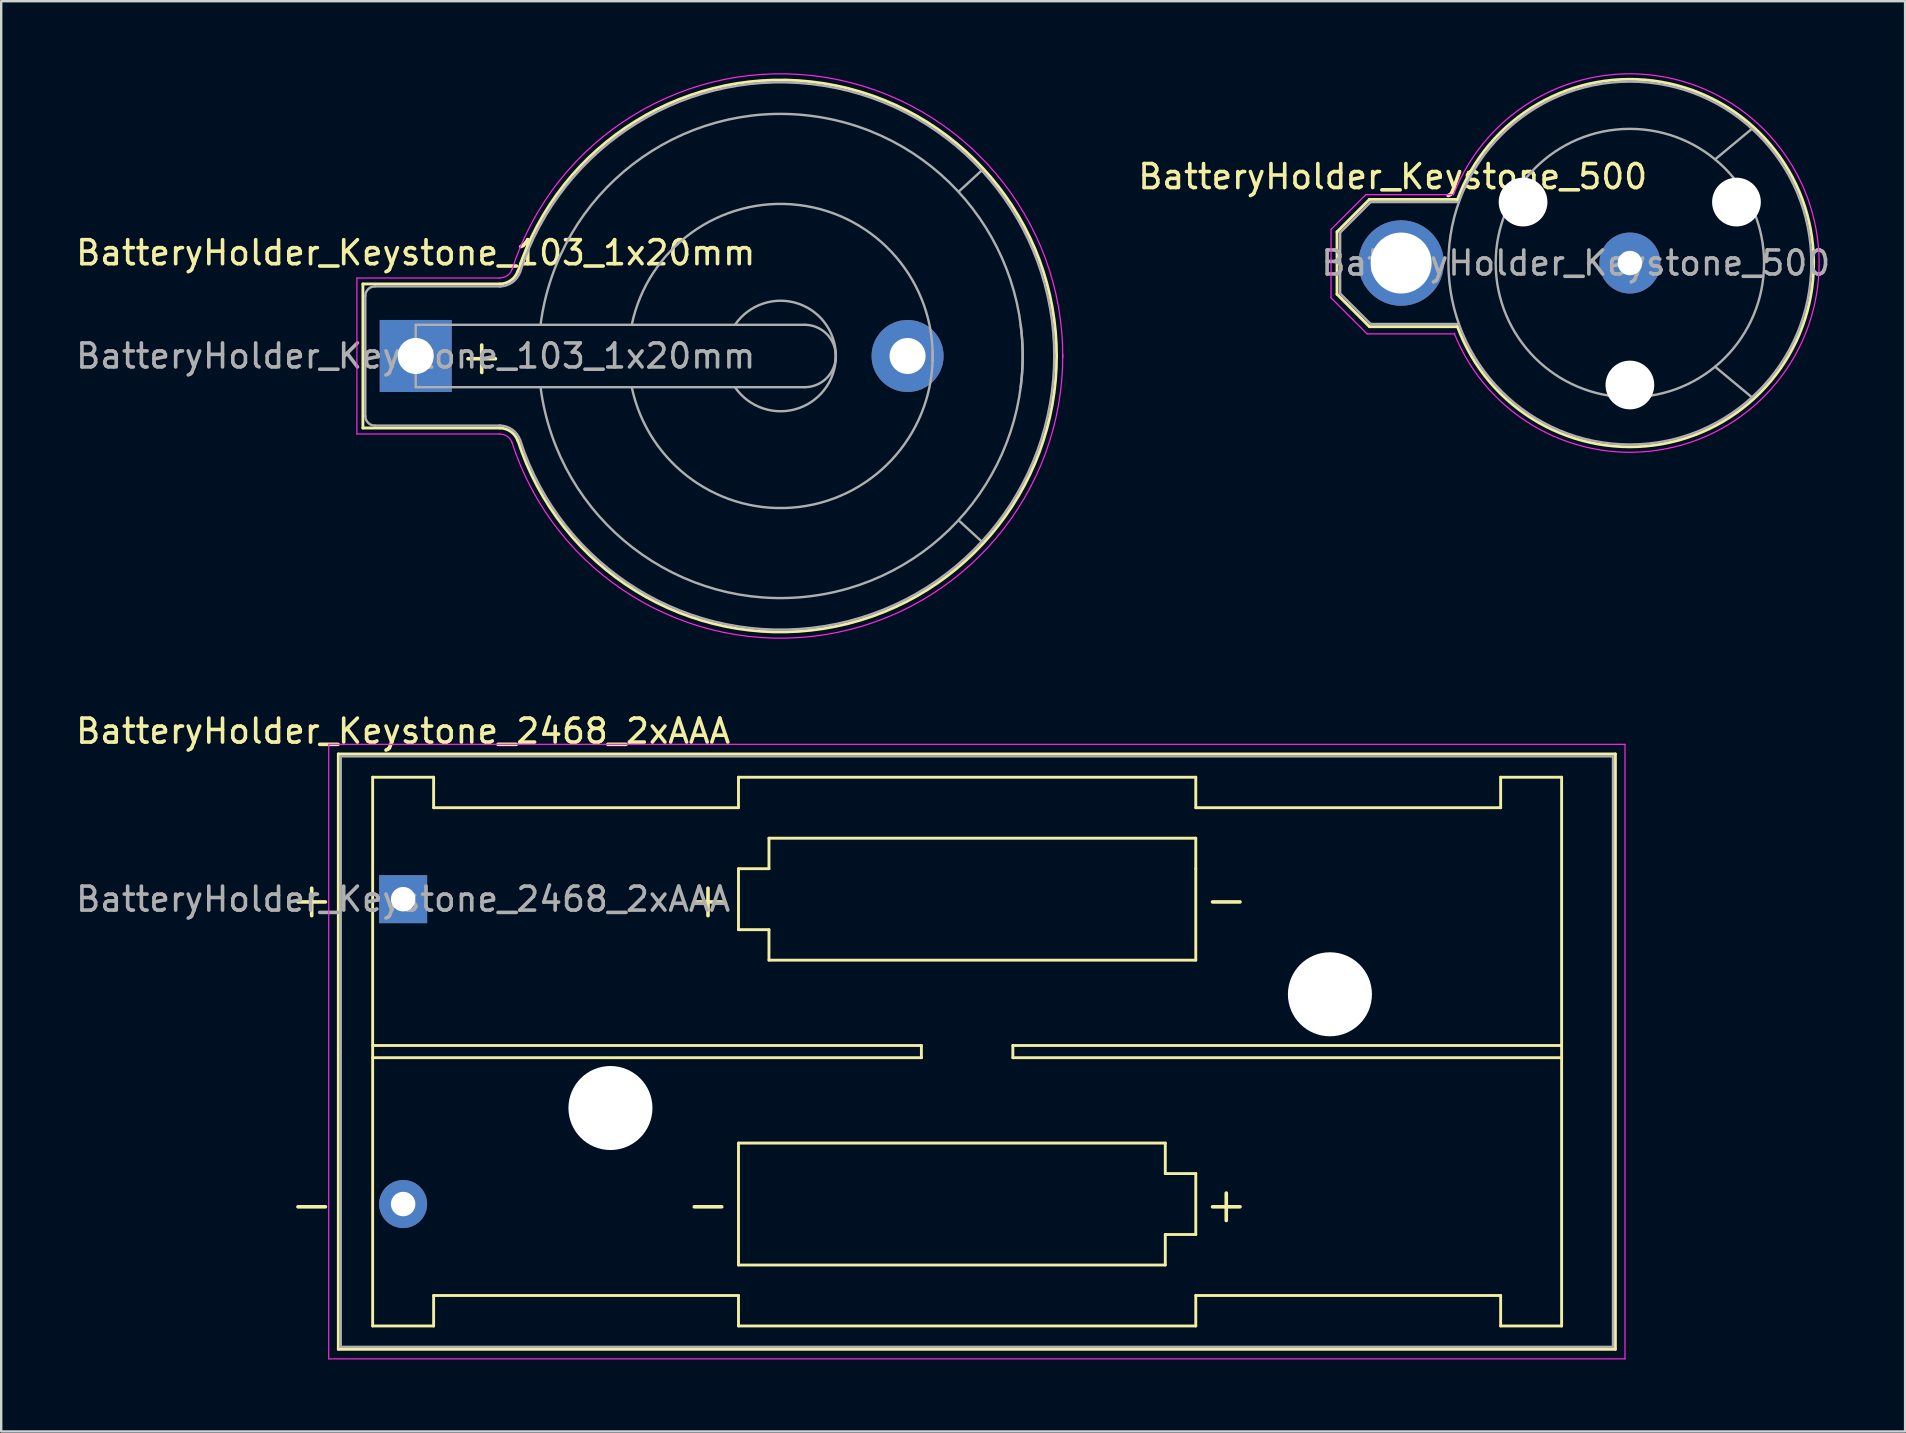
<source format=kicad_pcb>
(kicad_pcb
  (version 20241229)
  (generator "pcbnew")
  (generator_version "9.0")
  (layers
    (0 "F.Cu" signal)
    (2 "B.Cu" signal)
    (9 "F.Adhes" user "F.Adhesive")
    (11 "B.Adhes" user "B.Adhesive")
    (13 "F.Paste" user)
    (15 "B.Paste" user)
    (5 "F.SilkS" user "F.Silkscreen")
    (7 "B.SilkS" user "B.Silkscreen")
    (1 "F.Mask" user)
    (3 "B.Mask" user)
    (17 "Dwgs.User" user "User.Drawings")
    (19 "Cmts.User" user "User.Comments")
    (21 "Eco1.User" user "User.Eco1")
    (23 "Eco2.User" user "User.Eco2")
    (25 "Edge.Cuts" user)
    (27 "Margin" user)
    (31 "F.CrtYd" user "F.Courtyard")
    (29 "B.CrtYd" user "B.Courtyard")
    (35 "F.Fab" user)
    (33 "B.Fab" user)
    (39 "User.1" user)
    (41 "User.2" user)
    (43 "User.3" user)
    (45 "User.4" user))
  (footprint "BatteryHolder_Keystone_500"
    (layer "F.Cu")
    (at 55.318 7.908)
    (property "Reference" "BatteryHolder_Keystone_500" (at -0.35 -3.6 0) (layer "F.SilkS") (effects (font (size 1 1) (thickness 0.15))))
    (attr through_hole)
    (fp_line (start -2.67 -1.3) (end -1.32 -2.65) (stroke (width 0.12) (type solid)) (layer "F.SilkS"))
    (fp_line (start -2.67 1.3) (end -2.67 -1.3) (stroke (width 0.12) (type solid)) (layer "F.SilkS"))
    (fp_line (start -1.32 -2.65) (end 2.33 -2.65) (stroke (width 0.12) (type solid)) (layer "F.SilkS"))
    (fp_line (start -1.32 2.65) (end -2.67 1.3) (stroke (width 0.12) (type solid)) (layer "F.SilkS"))
    (fp_line (start 2.33 2.65) (end -1.32 2.65) (stroke (width 0.12) (type solid)) (layer "F.SilkS"))
    (fp_arc (start 2.33 -2.6) (mid 17.185039 -0.019344) (end 2.343232 2.636355) (stroke (width 0.12) (type solid)) (layer "F.SilkS"))
    (fp_line (start -2.92 -1.4) (end -1.47 -2.85) (stroke (width 0.05) (type solid)) (layer "F.CrtYd"))
    (fp_line (start -2.92 1.45) (end -2.92 -1.4) (stroke (width 0.05) (type solid)) (layer "F.CrtYd"))
    (fp_line (start -1.47 -2.85) (end 2.18 -2.85) (stroke (width 0.05) (type solid)) (layer "F.CrtYd"))
    (fp_line (start -1.42 2.95) (end -2.92 1.45) (stroke (width 0.05) (type solid)) (layer "F.CrtYd"))
    (fp_line (start 2.23 2.95) (end -1.42 2.95) (stroke (width 0.05) (type solid)) (layer "F.CrtYd"))
    (fp_arc (start 2.18 -2.85) (mid 17.413098 -0.042094) (end 2.210855 2.92833) (stroke (width 0.05) (type solid)) (layer "F.CrtYd"))
    (fp_line (start -2.54 -1.27) (end -1.27 -2.54) (stroke (width 0.1) (type solid)) (layer "F.Fab"))
    (fp_line (start -2.54 1.27) (end -2.54 -1.27) (stroke (width 0.1) (type solid)) (layer "F.Fab"))
    (fp_line (start -1.27 -2.54) (end 2.41 -2.54) (stroke (width 0.1) (type solid)) (layer "F.Fab"))
    (fp_line (start -1.27 2.54) (end -2.54 1.27) (stroke (width 0.1) (type solid)) (layer "F.Fab"))
    (fp_line (start -1.27 2.54) (end 2.41 2.54) (stroke (width 0.1) (type solid)) (layer "F.Fab"))
    (fp_line (start 13.08 -4.32) (end 14.61 -5.59) (stroke (width 0.1) (type solid)) (layer "F.Fab"))
    (fp_line (start 13.08 4.32) (end 14.61 5.59) (stroke (width 0.1) (type solid)) (layer "F.Fab"))
    (fp_circle (center 9.53 0) (end 2.41 2.54) (stroke (width 0.1) (type solid)) (fill no) (layer "F.Fab"))
    (fp_circle (center 9.53 0) (end 3.94 0) (stroke (width 0.1) (type solid)) (fill no) (layer "F.Fab"))
    (fp_text user "${REFERENCE}" (at 7.275 0 0) (layer "F.Fab") (effects (font (size 1 1) (thickness 0.15))))
    (pad "" np_thru_hole circle (at 5.08 -2.54) (size 2.03 2.03) (drill 2.03) (layers "*.Cu" "*.Mask"))
    (pad "" np_thru_hole circle (at 9.53 5.08) (size 2.03 2.03) (drill 2.03) (layers "*.Cu" "*.Mask"))
    (pad "" np_thru_hole circle (at 13.97 -2.54) (size 2.03 2.03) (drill 2.03) (layers "*.Cu" "*.Mask"))
    (pad "1" thru_hole circle (at 0 0) (size 3.56 3.56) (drill 2.54) (layers "*.Cu" "*.Mask"))
    (pad "2" thru_hole circle (at 9.53 0) (size 2.54 2.54) (drill 1.02) (layers "*.Cu" "*.Mask")))
  (footprint "BatteryHolder_Keystone_103_1x20mm"
    (layer "F.Cu")
    (at 14.268 11.78)
    (property "Reference" "BatteryHolder_Keystone_103_1x20mm" (at 0 -4.3 0) (layer "F.SilkS") (effects (font (size 1 1) (thickness 0.15))))
    (attr through_hole)
    (fp_line (start -2.2 -3) (end 3.5 -3) (stroke (width 0.12) (type solid)) (layer "F.SilkS"))
    (fp_line (start -2.2 3) (end -2.2 -3) (stroke (width 0.12) (type solid)) (layer "F.SilkS"))
    (fp_line (start -2.2 3) (end 3.5 3) (stroke (width 0.12) (type solid)) (layer "F.SilkS"))
    (fp_arc (start 3.5 3) (mid 3.958861 3.144678) (end 4.251754 3.526384) (stroke (width 0.12) (type solid)) (layer "F.SilkS"))
    (fp_arc (start 4.25 -3.5) (mid 16.993514 -11.35499) (end 26.695671 0.045281) (stroke (width 0.12) (type solid)) (layer "F.SilkS"))
    (fp_arc (start 4.251754 -3.526384) (mid 3.958861 -3.144678) (end 3.5 -3) (stroke (width 0.12) (type solid)) (layer "F.SilkS"))
    (fp_arc (start 26.695671 -0.045281) (mid 16.993514 11.35499) (end 4.25 3.5) (stroke (width 0.12) (type solid)) (layer "F.SilkS"))
    (fp_line (start -2.45 -3.25) (end 3.5 -3.25) (stroke (width 0.05) (type solid)) (layer "F.CrtYd"))
    (fp_line (start -2.45 3.25) (end -2.45 -3.25) (stroke (width 0.05) (type solid)) (layer "F.CrtYd"))
    (fp_line (start -2.45 3.25) (end 3.5 3.25) (stroke (width 0.05) (type solid)) (layer "F.CrtYd"))
    (fp_arc (start 3.5 3.25) (mid 3.815467 3.349466) (end 4.016831 3.611889) (stroke (width 0.05) (type solid)) (layer "F.CrtYd"))
    (fp_arc (start 4.01 -3.6) (mid 17.055841 -11.60741) (end 26.954634 0.068483) (stroke (width 0.05) (type solid)) (layer "F.CrtYd"))
    (fp_arc (start 4.016831 -3.611889) (mid 3.815467 -3.349466) (end 3.5 -3.25) (stroke (width 0.05) (type solid)) (layer "F.CrtYd"))
    (fp_arc (start 26.954634 -0.068483) (mid 17.055841 11.60741) (end 4.01 3.6) (stroke (width 0.05) (type solid)) (layer "F.CrtYd"))
    (fp_line (start -2.1 -2.5) (end -2.1 2.5) (stroke (width 0.1) (type solid)) (layer "F.Fab"))
    (fp_line (start -1.7 2.9) (end 3.531 2.9) (stroke (width 0.1) (type solid)) (layer "F.Fab"))
    (fp_line (start 0 -1.3) (end 0 1.3) (stroke (width 0.1) (type solid)) (layer "F.Fab"))
    (fp_line (start 0 1.3) (end 16.2 1.3) (stroke (width 0.1) (type solid)) (layer "F.Fab"))
    (fp_line (start 3.531 -2.9) (end -1.7 -2.9) (stroke (width 0.1) (type solid)) (layer "F.Fab"))
    (fp_line (start 16.2 -1.3) (end 0 -1.3) (stroke (width 0.1) (type solid)) (layer "F.Fab"))
    (fp_line (start 23.571 -7.722) (end 22.631 -6.858) (stroke (width 0.1) (type solid)) (layer "F.Fab"))
    (fp_line (start 23.571 7.722) (end 22.657 6.883) (stroke (width 0.1) (type solid)) (layer "F.Fab"))
    (fp_arc (start -2.1 -2.5) (mid -1.982843 -2.782843) (end -1.7 -2.9) (stroke (width 0.1) (type solid)) (layer "F.Fab"))
    (fp_arc (start -1.7 2.9) (mid -1.982843 2.782843) (end -2.1 2.5) (stroke (width 0.1) (type solid)) (layer "F.Fab"))
    (fp_arc (start 3.5 2.9) (mid 4.016219 3.062763) (end 4.345723 3.492182) (stroke (width 0.1) (type solid)) (layer "F.Fab"))
    (fp_arc (start 4.345723 -3.492182) (mid 4.016219 -3.062763) (end 3.5 -2.9) (stroke (width 0.1) (type solid)) (layer "F.Fab"))
    (fp_arc (start 4.35 -3.5) (mid 17.008726 -11.256154) (end 26.600299 0.075351) (stroke (width 0.1) (type solid)) (layer "F.Fab"))
    (fp_arc (start 5.2 -1.3) (mid 16.5 -10) (end 25.2 1.3) (stroke (width 0.1) (type solid)) (layer "F.Fab"))
    (fp_arc (start 9 -1.3) (mid 15.954687 -6.28971) (end 21.531551 0.203631) (stroke (width 0.1) (type solid)) (layer "F.Fab"))
    (fp_arc (start 13.3 -1.3) (mid 15.963947 -2.171724) (end 17.495448 0.175833) (stroke (width 0.1) (type solid)) (layer "F.Fab"))
    (fp_arc (start 16.2 -1.3) (mid 17.5 0) (end 16.2 1.3) (stroke (width 0.1) (type solid)) (layer "F.Fab"))
    (fp_arc (start 17.495448 -0.175833) (mid 15.963947 2.171724) (end 13.3 1.3) (stroke (width 0.1) (type solid)) (layer "F.Fab"))
    (fp_arc (start 21.531551 -0.203631) (mid 15.954687 6.28971) (end 9 1.3) (stroke (width 0.1) (type solid)) (layer "F.Fab"))
    (fp_arc (start 25.2 -1.3) (mid 16.5 10) (end 5.2 1.3) (stroke (width 0.1) (type solid)) (layer "F.Fab"))
    (fp_arc (start 26.600299 -0.075351) (mid 17.008726 11.256154) (end 4.35 3.5) (stroke (width 0.1) (type solid)) (layer "F.Fab"))
    (fp_text user "+" (at 2.75 0 0) (layer "F.SilkS") (effects (font (size 1.5 1.5) (thickness 0.15))))
    (fp_text user "${REFERENCE}" (at 0 0 0) (layer "F.Fab") (effects (font (size 1 1) (thickness 0.15))))
    (pad "1" thru_hole rect (at 0 0) (size 3 3) (drill 1.5) (layers "*.Cu" "*.Mask"))
    (pad "2" thru_hole circle (at 20.49 0) (size 3 3) (drill 1.5) (layers "*.Cu" "*.Mask")))
  (footprint "BatteryHolder_Keystone_2468_2xAAA"
    (layer "F.Cu")
    (at 13.744 34.408)
    (property "Reference" "BatteryHolder_Keystone_2468_2xAAA" (at 0 -7 180) (layer "F.SilkS") (effects (font (size 1 1) (thickness 0.15))))
    (attr through_hole)
    (fp_line (start -2.7 -6.05) (end -2.7 18.75) (stroke (width 0.12) (type solid)) (layer "F.SilkS"))
    (fp_line (start -2.7 18.75) (end 50.5 18.75) (stroke (width 0.12) (type solid)) (layer "F.SilkS"))
    (fp_line (start -1.27 -5.08) (end -1.27 17.78) (stroke (width 0.12) (type solid)) (layer "F.SilkS"))
    (fp_line (start -1.27 6.096) (end 21.59 6.096) (stroke (width 0.12) (type solid)) (layer "F.SilkS"))
    (fp_line (start -1.27 17.78) (end 1.27 17.78) (stroke (width 0.12) (type solid)) (layer "F.SilkS"))
    (fp_line (start 1.27 -5.08) (end -1.27 -5.08) (stroke (width 0.12) (type solid)) (layer "F.SilkS"))
    (fp_line (start 1.27 -3.81) (end 1.27 -5.08) (stroke (width 0.12) (type solid)) (layer "F.SilkS"))
    (fp_line (start 1.27 -3.81) (end 13.97 -3.81) (stroke (width 0.12) (type solid)) (layer "F.SilkS"))
    (fp_line (start 1.27 16.51) (end 13.97 16.51) (stroke (width 0.12) (type solid)) (layer "F.SilkS"))
    (fp_line (start 1.27 17.78) (end 1.27 16.51) (stroke (width 0.12) (type solid)) (layer "F.SilkS"))
    (fp_line (start 13.97 -5.08) (end 13.97 -3.81) (stroke (width 0.12) (type solid)) (layer "F.SilkS"))
    (fp_line (start 13.97 -1.27) (end 15.24 -1.27) (stroke (width 0.12) (type solid)) (layer "F.SilkS"))
    (fp_line (start 13.97 1.27) (end 13.97 -1.27) (stroke (width 0.12) (type solid)) (layer "F.SilkS"))
    (fp_line (start 13.97 10.16) (end 31.75 10.16) (stroke (width 0.12) (type solid)) (layer "F.SilkS"))
    (fp_line (start 13.97 15.24) (end 13.97 10.16) (stroke (width 0.12) (type solid)) (layer "F.SilkS"))
    (fp_line (start 13.97 16.51) (end 13.97 17.78) (stroke (width 0.12) (type solid)) (layer "F.SilkS"))
    (fp_line (start 13.97 17.78) (end 33.02 17.78) (stroke (width 0.12) (type solid)) (layer "F.SilkS"))
    (fp_line (start 15.24 -2.54) (end 33.02 -2.54) (stroke (width 0.12) (type solid)) (layer "F.SilkS"))
    (fp_line (start 15.24 -1.27) (end 15.24 -2.54) (stroke (width 0.12) (type solid)) (layer "F.SilkS"))
    (fp_line (start 15.24 1.27) (end 13.97 1.27) (stroke (width 0.12) (type solid)) (layer "F.SilkS"))
    (fp_line (start 15.24 2.54) (end 15.24 1.27) (stroke (width 0.12) (type solid)) (layer "F.SilkS"))
    (fp_line (start 21.59 6.096) (end 21.59 6.604) (stroke (width 0.12) (type solid)) (layer "F.SilkS"))
    (fp_line (start 21.59 6.604) (end -1.27 6.604) (stroke (width 0.12) (type solid)) (layer "F.SilkS"))
    (fp_line (start 25.4 6.096) (end 25.4 6.604) (stroke (width 0.12) (type solid)) (layer "F.SilkS"))
    (fp_line (start 25.4 6.604) (end 48.26 6.604) (stroke (width 0.12) (type solid)) (layer "F.SilkS"))
    (fp_line (start 31.75 10.16) (end 31.75 11.43) (stroke (width 0.12) (type solid)) (layer "F.SilkS"))
    (fp_line (start 31.75 11.43) (end 33.02 11.43) (stroke (width 0.12) (type solid)) (layer "F.SilkS"))
    (fp_line (start 31.75 13.97) (end 31.75 15.24) (stroke (width 0.12) (type solid)) (layer "F.SilkS"))
    (fp_line (start 31.75 15.24) (end 13.97 15.24) (stroke (width 0.12) (type solid)) (layer "F.SilkS"))
    (fp_line (start 33.02 -5.08) (end 13.97 -5.08) (stroke (width 0.12) (type solid)) (layer "F.SilkS"))
    (fp_line (start 33.02 -3.81) (end 33.02 -5.08) (stroke (width 0.12) (type solid)) (layer "F.SilkS"))
    (fp_line (start 33.02 -2.54) (end 33.02 -1.27) (stroke (width 0.12) (type solid)) (layer "F.SilkS"))
    (fp_line (start 33.02 -1.27) (end 33.02 2.54) (stroke (width 0.12) (type solid)) (layer "F.SilkS"))
    (fp_line (start 33.02 2.54) (end 15.24 2.54) (stroke (width 0.12) (type solid)) (layer "F.SilkS"))
    (fp_line (start 33.02 11.43) (end 33.02 13.97) (stroke (width 0.12) (type solid)) (layer "F.SilkS"))
    (fp_line (start 33.02 13.97) (end 31.75 13.97) (stroke (width 0.12) (type solid)) (layer "F.SilkS"))
    (fp_line (start 33.02 17.78) (end 33.02 16.51) (stroke (width 0.12) (type solid)) (layer "F.SilkS"))
    (fp_line (start 45.72 -5.08) (end 45.72 -3.81) (stroke (width 0.12) (type solid)) (layer "F.SilkS"))
    (fp_line (start 45.72 -3.81) (end 33.02 -3.81) (stroke (width 0.12) (type solid)) (layer "F.SilkS"))
    (fp_line (start 45.72 16.51) (end 33.02 16.51) (stroke (width 0.12) (type solid)) (layer "F.SilkS"))
    (fp_line (start 45.72 17.78) (end 45.72 16.51) (stroke (width 0.12) (type solid)) (layer "F.SilkS"))
    (fp_line (start 48.26 -5.08) (end 45.72 -5.08) (stroke (width 0.12) (type solid)) (layer "F.SilkS"))
    (fp_line (start 48.26 -5.08) (end 48.26 17.78) (stroke (width 0.12) (type solid)) (layer "F.SilkS"))
    (fp_line (start 48.26 6.096) (end 25.4 6.096) (stroke (width 0.12) (type solid)) (layer "F.SilkS"))
    (fp_line (start 48.26 17.78) (end 45.72 17.78) (stroke (width 0.12) (type solid)) (layer "F.SilkS"))
    (fp_line (start 50.5 -6.05) (end -2.7 -6.05) (stroke (width 0.12) (type solid)) (layer "F.SilkS"))
    (fp_line (start 50.5 18.75) (end 50.5 -6.05) (stroke (width 0.12) (type solid)) (layer "F.SilkS"))
    (fp_line (start -3.1 -6.45) (end -3.1 19.15) (stroke (width 0.05) (type solid)) (layer "F.CrtYd"))
    (fp_line (start -3.1 19.15) (end 50.9 19.15) (stroke (width 0.05) (type solid)) (layer "F.CrtYd"))
    (fp_line (start 50.9 -6.45) (end -3.1 -6.45) (stroke (width 0.05) (type solid)) (layer "F.CrtYd"))
    (fp_line (start 50.9 19.15) (end 50.9 -6.45) (stroke (width 0.05) (type solid)) (layer "F.CrtYd"))
    (fp_line (start -2.6 -5.95) (end 50.4 -5.95) (stroke (width 0.1) (type solid)) (layer "F.Fab"))
    (fp_line (start -2.6 6.35) (end -2.6 -5.95) (stroke (width 0.1) (type solid)) (layer "F.Fab"))
    (fp_line (start -2.6 18.65) (end -2.6 6.35) (stroke (width 0.1) (type solid)) (layer "F.Fab"))
    (fp_line (start -2.6 18.65) (end 50.4 18.65) (stroke (width 0.1) (type solid)) (layer "F.Fab"))
    (fp_line (start 50.4 18.65) (end 50.4 -5.95) (stroke (width 0.1) (type solid)) (layer "F.Fab"))
    (fp_text user "-" (at -3.81 12.7 0) (layer "F.SilkS") (effects (font (size 1.5 1.5) (thickness 0.15))))
    (fp_text user "+" (at 34.29 12.7 0) (layer "F.SilkS") (effects (font (size 1.5 1.5) (thickness 0.15))))
    (fp_text user "-" (at 34.29 0 0) (layer "F.SilkS") (effects (font (size 1.5 1.5) (thickness 0.15))))
    (fp_text user "+" (at 12.7 0 0) (layer "F.SilkS") (effects (font (size 1.5 1.5) (thickness 0.15))))
    (fp_text user "+" (at -3.81 0 0) (layer "F.SilkS") (effects (font (size 1.5 1.5) (thickness 0.15))))
    (fp_text user "-" (at 12.7 12.7 0) (layer "F.SilkS") (effects (font (size 1.5 1.5) (thickness 0.15))))
    (fp_text user "${REFERENCE}" (at 0 0 0) (layer "F.Fab") (effects (font (size 1 1) (thickness 0.15))))
    (pad "" np_thru_hole circle (at 8.636 8.7) (size 3.5 3.5) (drill 3.5) (layers "*.Cu" "*.Mask"))
    (pad "" np_thru_hole circle (at 38.608 3.962) (size 3.5 3.5) (drill 3.5) (layers "*.Cu" "*.Mask"))
    (pad "1" thru_hole rect (at 0 0) (size 2 2) (drill 1.02) (layers "*.Cu" "*.Mask"))
    (pad "2" thru_hole circle (at 0 12.7) (size 2 2) (drill 1.02) (layers "*.Cu" "*.Mask")))
  (gr_rect
    (start -3 -3)
    (end 76.313 56.583)
    (stroke (width 0.1) (type default))
    (fill no)
    (layer "Edge.Cuts")))
</source>
